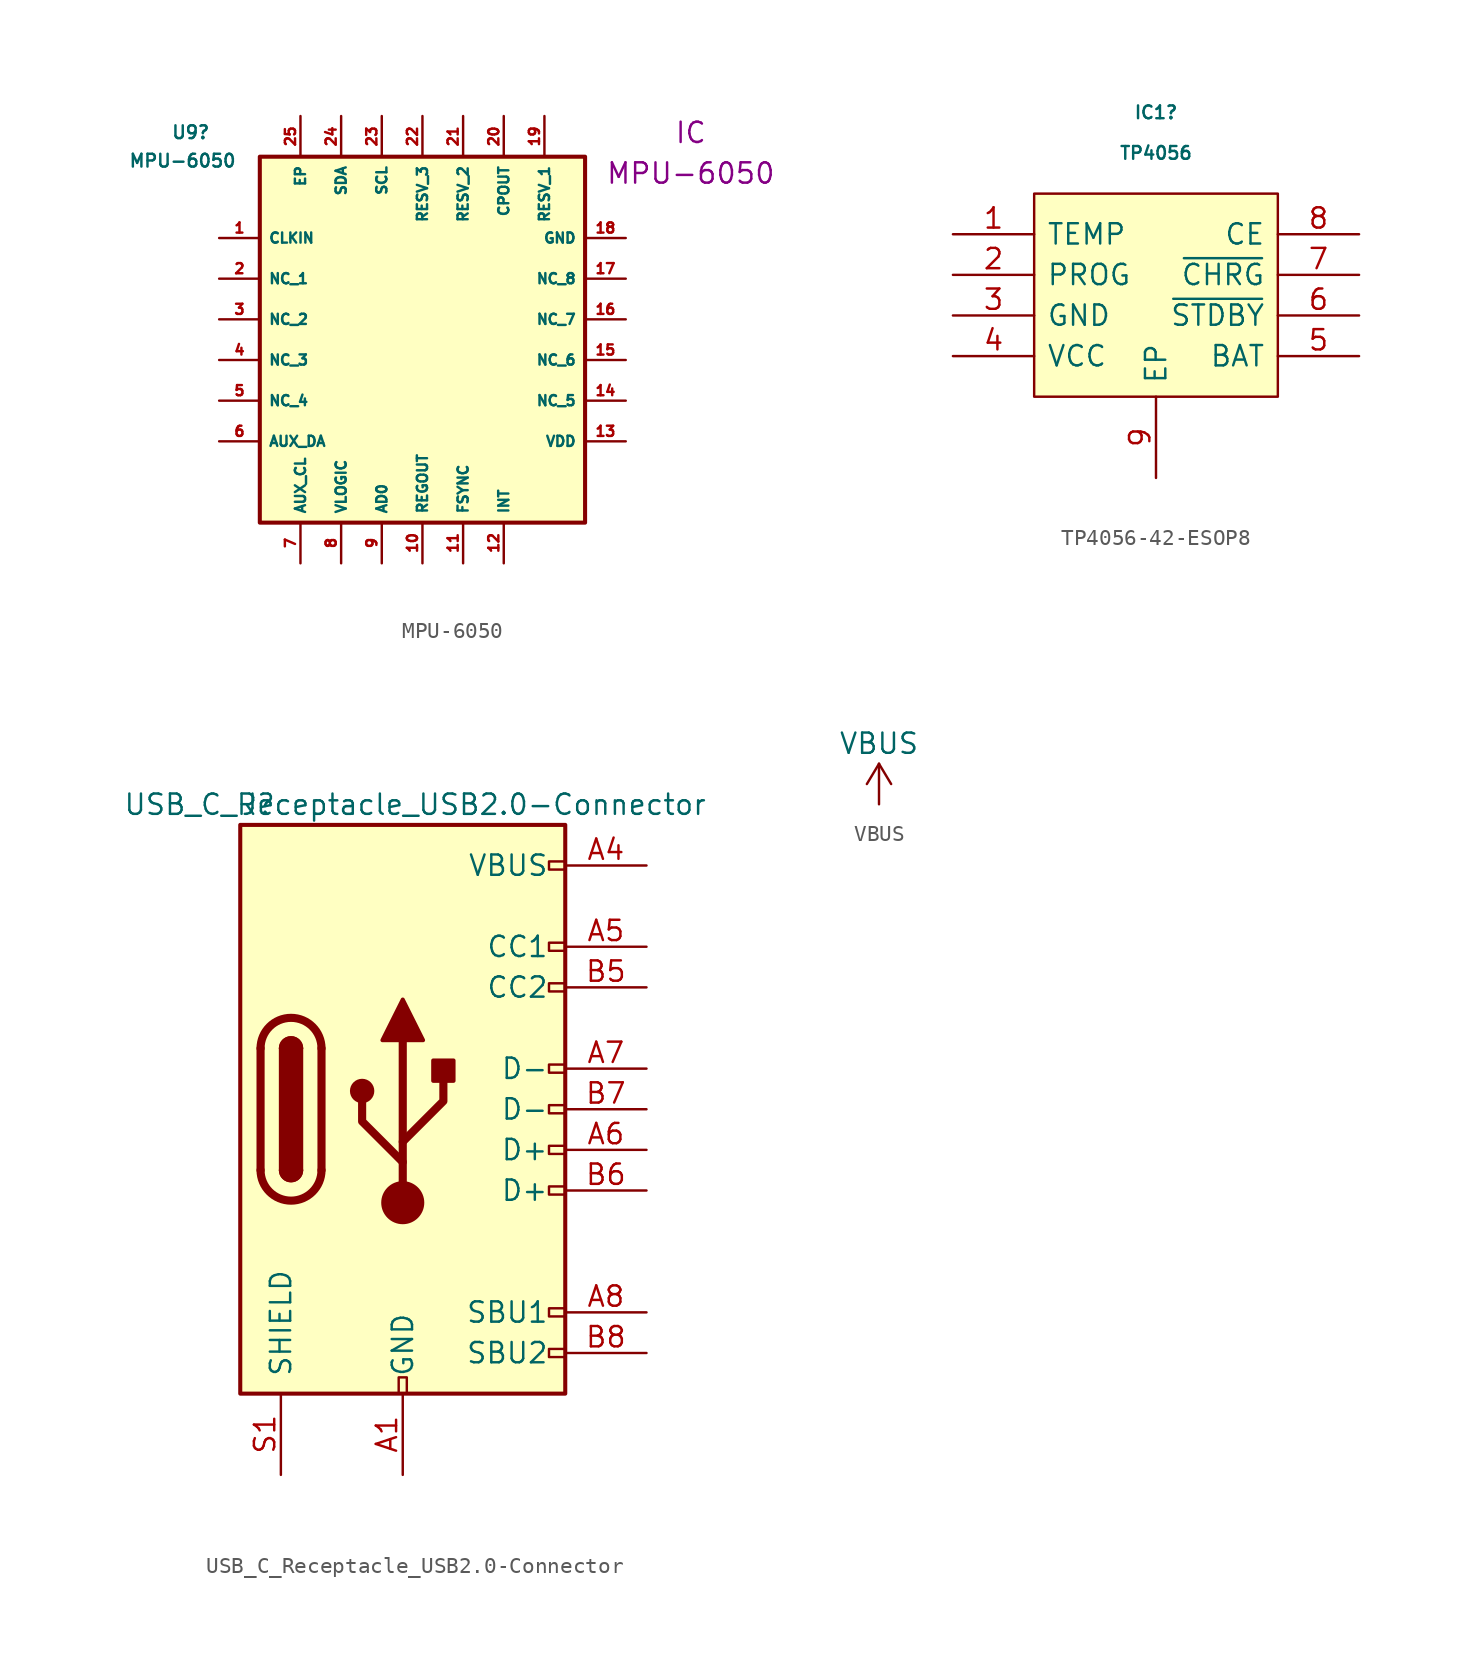
<source format=kicad_sym>
(kicad_symbol_lib
  (version 20241209)
  (generator "kicad_symbol_editor")
  (generator_version "9.0")
  (symbol "MPU-6050"
    (property "Reference" "U9"
      (at 0.762 6.604 0)
      (effects (font (size 0.8 0.8))))
    (property "Value" "MPU-6050"
      (at 0.254 4.826 0)
      (effects (font (size 0.8 0.8))))
    (property "Reference_1" "IC"
      (at 32.004 6.579 0)
      (effects (font (size 1.27 1.27))))
    (property "Value_1" "MPU-6050"
      (at 32.004 4.039 0)
      (effects (font (size 1.27 1.27))))
    (symbol "MPU-6050_1_1"
      (rectangle (start 5.08 5.08) (end 25.4 -17.78) (stroke (width 0.254) (type default)) (fill (type background)))
      (pin passive line (at 2.54 0 0) (length 2.54) (name "CLKIN" (effects (font (size 0.635 0.635)))) (number "1" (effects (font (size 0.635 0.635)))))
      (pin passive line (at 2.54 -2.54 0) (length 2.54) (name "NC_1" (effects (font (size 0.635 0.635)))) (number "2" (effects (font (size 0.635 0.635)))))
      (pin passive line (at 2.54 -5.08 0) (length 2.54) (name "NC_2" (effects (font (size 0.635 0.635)))) (number "3" (effects (font (size 0.635 0.635)))))
      (pin passive line (at 2.54 -7.62 0) (length 2.54) (name "NC_3" (effects (font (size 0.635 0.635)))) (number "4" (effects (font (size 0.635 0.635)))))
      (pin passive line (at 2.54 -10.16 0) (length 2.54) (name "NC_4" (effects (font (size 0.635 0.635)))) (number "5" (effects (font (size 0.635 0.635)))))
      (pin passive line (at 2.54 -12.7 0) (length 2.54) (name "AUX_DA" (effects (font (size 0.635 0.635)))) (number "6" (effects (font (size 0.635 0.635)))))
      (pin passive line (at 7.62 7.62 270) (length 2.54) (name "EP" (effects (font (size 0.635 0.635)))) (number "25" (effects (font (size 0.635 0.635)))))
      (pin passive line (at 7.62 -20.32 90) (length 2.54) (name "AUX_CL" (effects (font (size 0.635 0.635)))) (number "7" (effects (font (size 0.635 0.635)))))
      (pin passive line (at 10.16 7.62 270) (length 2.54) (name "SDA" (effects (font (size 0.635 0.635)))) (number "24" (effects (font (size 0.635 0.635)))))
      (pin passive line (at 10.16 -20.32 90) (length 2.54) (name "VLOGIC" (effects (font (size 0.635 0.635)))) (number "8" (effects (font (size 0.635 0.635)))))
      (pin passive line (at 12.7 7.62 270) (length 2.54) (name "SCL" (effects (font (size 0.635 0.635)))) (number "23" (effects (font (size 0.635 0.635)))))
      (pin passive line (at 12.7 -20.32 90) (length 2.54) (name "AD0" (effects (font (size 0.635 0.635)))) (number "9" (effects (font (size 0.635 0.635)))))
      (pin passive line (at 15.24 7.62 270) (length 2.54) (name "RESV_3" (effects (font (size 0.635 0.635)))) (number "22" (effects (font (size 0.635 0.635)))))
      (pin passive line (at 15.24 -20.32 90) (length 2.54) (name "REGOUT" (effects (font (size 0.635 0.635)))) (number "10" (effects (font (size 0.635 0.635)))))
      (pin passive line (at 17.78 7.62 270) (length 2.54) (name "RESV_2" (effects (font (size 0.635 0.635)))) (number "21" (effects (font (size 0.635 0.635)))))
      (pin passive line (at 17.78 -20.32 90) (length 2.54) (name "FSYNC" (effects (font (size 0.635 0.635)))) (number "11" (effects (font (size 0.635 0.635)))))
      (pin passive line (at 20.32 7.62 270) (length 2.54) (name "CPOUT" (effects (font (size 0.635 0.635)))) (number "20" (effects (font (size 0.635 0.635)))))
      (pin passive line (at 20.32 -20.32 90) (length 2.54) (name "INT" (effects (font (size 0.635 0.635)))) (number "12" (effects (font (size 0.635 0.635)))))
      (pin passive line (at 22.86 7.62 270) (length 2.54) (name "RESV_1" (effects (font (size 0.635 0.635)))) (number "19" (effects (font (size 0.635 0.635)))))
      (pin passive line (at 27.94 0 180) (length 2.54) (name "GND" (effects (font (size 0.635 0.635)))) (number "18" (effects (font (size 0.635 0.635)))))
      (pin passive line (at 27.94 -2.54 180) (length 2.54) (name "NC_8" (effects (font (size 0.635 0.635)))) (number "17" (effects (font (size 0.635 0.635)))))
      (pin passive line (at 27.94 -5.08 180) (length 2.54) (name "NC_7" (effects (font (size 0.635 0.635)))) (number "16" (effects (font (size 0.635 0.635)))))
      (pin passive line (at 27.94 -7.62 180) (length 2.54) (name "NC_6" (effects (font (size 0.635 0.635)))) (number "15" (effects (font (size 0.635 0.635)))))
      (pin passive line (at 27.94 -10.16 180) (length 2.54) (name "NC_5" (effects (font (size 0.635 0.635)))) (number "14" (effects (font (size 0.635 0.635)))))
      (pin passive line (at 27.94 -12.7 180) (length 2.54) (name "VDD" (effects (font (size 0.635 0.635)))) (number "13" (effects (font (size 0.635 0.635)))))))
  (symbol "TP4056-42-ESOP8"
    (pin_names
      (offset 0.762))
    (property "Reference" "IC1"
      (at 15.24 7.62 0)
      (effects (font (size 0.8 0.8))))
    (property "Value" "TP4056"
      (at 15.24 5.08 0)
      (effects (font (size 0.8 0.8))))
    (symbol "TP4056-42-ESOP8_0_0"
      (pin passive line (at 2.54 0 0) (length 5.08) (name "TEMP" (effects (font (size 1.27 1.27)))) (number "1" (effects (font (size 1.27 1.27)))))
      (pin passive line (at 2.54 -2.54 0) (length 5.08) (name "PROG" (effects (font (size 1.27 1.27)))) (number "2" (effects (font (size 1.27 1.27)))))
      (pin passive line (at 2.54 -5.08 0) (length 5.08) (name "GND" (effects (font (size 1.27 1.27)))) (number "3" (effects (font (size 1.27 1.27)))))
      (pin passive line (at 2.54 -7.62 0) (length 5.08) (name "VCC" (effects (font (size 1.27 1.27)))) (number "4" (effects (font (size 1.27 1.27)))))
      (pin passive line (at 15.24 -15.24 90) (length 5.08) (name "EP" (effects (font (size 1.27 1.27)))) (number "9" (effects (font (size 1.27 1.27)))))
      (pin passive line (at 27.94 0 180) (length 5.08) (name "CE" (effects (font (size 1.27 1.27)))) (number "8" (effects (font (size 1.27 1.27)))))
      (pin passive line (at 27.94 -2.54 180) (length 5.08) (name "~{CHRG}" (effects (font (size 1.27 1.27)))) (number "7" (effects (font (size 1.27 1.27)))))
      (pin passive line (at 27.94 -5.08 180) (length 5.08) (name "~{STDBY}" (effects (font (size 1.27 1.27)))) (number "6" (effects (font (size 1.27 1.27)))))
      (pin passive line (at 27.94 -7.62 180) (length 5.08) (name "BAT" (effects (font (size 1.27 1.27)))) (number "5" (effects (font (size 1.27 1.27))))))
    (symbol "TP4056-42-ESOP8_0_1"
      (polyline (pts (xy 7.62 2.54) (xy 22.86 2.54) (xy 22.86 -10.16) (xy 7.62 -10.16) (xy 7.62 2.54)) (stroke (width 0.152) (type default)) (fill (type background)))))
  (symbol "USB_C_Receptacle_USB2.0-Connector"
    (pin_names
      (offset 1.016))
    (property "Reference" "J"
      (at -10.16 19.05 0)
      (effects (font (size 1.27 1.27)) (justify left)))
    (property "Value" "USB_C_Receptacle_USB2.0-Connector"
      (at 19.05 19.05 0)
      (effects (font (size 1.27 1.27)) (justify right)))
    (symbol "USB_C_Receptacle_USB2.0-Connector_0_0"
      (rectangle (start -0.254 -17.78) (end 0.254 -16.764) (stroke (width 0) (type default)) (fill (type none)))
      (rectangle (start 10.16 15.494) (end 9.144 14.986) (stroke (width 0) (type default)) (fill (type none)))
      (rectangle (start 10.16 10.414) (end 9.144 9.906) (stroke (width 0) (type default)) (fill (type none)))
      (rectangle (start 10.16 7.874) (end 9.144 7.366) (stroke (width 0) (type default)) (fill (type none)))
      (rectangle (start 10.16 2.794) (end 9.144 2.286) (stroke (width 0) (type default)) (fill (type none)))
      (rectangle (start 10.16 0.254) (end 9.144 -0.254) (stroke (width 0) (type default)) (fill (type none)))
      (rectangle (start 10.16 -2.286) (end 9.144 -2.794) (stroke (width 0) (type default)) (fill (type none)))
      (rectangle (start 10.16 -4.826) (end 9.144 -5.334) (stroke (width 0) (type default)) (fill (type none)))
      (rectangle (start 10.16 -12.446) (end 9.144 -12.954) (stroke (width 0) (type default)) (fill (type none)))
      (rectangle (start 10.16 -14.986) (end 9.144 -15.494) (stroke (width 0) (type default)) (fill (type none))))
    (symbol "USB_C_Receptacle_USB2.0-Connector_0_1"
      (rectangle (start -10.16 17.78) (end 10.16 -17.78) (stroke (width 0.254) (type default)) (fill (type background)))
      (polyline (pts (xy -8.89 -3.81) (xy -8.89 3.81)) (stroke (width 0.508) (type default)) (fill (type none)))
      (rectangle (start -7.62 -3.81) (end -6.35 3.81) (stroke (width 0.254) (type default)) (fill (type outline)))
      (arc (start -7.62 3.81) (mid -6.985 4.4423) (end -6.35 3.81) (stroke (width 0.254) (type default)) (fill (type none)))
      (arc (start -7.62 3.81) (mid -6.985 4.4423) (end -6.35 3.81) (stroke (width 0.254) (type default)) (fill (type outline)))
      (arc (start -8.89 3.81) (mid -6.985 5.7067) (end -5.08 3.81) (stroke (width 0.508) (type default)) (fill (type none)))
      (arc (start -5.08 -3.81) (mid -6.985 -5.7067) (end -8.89 -3.81) (stroke (width 0.508) (type default)) (fill (type none)))
      (arc (start -6.35 -3.81) (mid -6.985 -4.4423) (end -7.62 -3.81) (stroke (width 0.254) (type default)) (fill (type none)))
      (arc (start -6.35 -3.81) (mid -6.985 -4.4423) (end -7.62 -3.81) (stroke (width 0.254) (type default)) (fill (type outline)))
      (polyline (pts (xy -5.08 3.81) (xy -5.08 -3.81)) (stroke (width 0.508) (type default)) (fill (type none)))
      (circle (center -2.54 1.143) (radius 0.635) (stroke (width 0.254) (type default)) (fill (type outline)))
      (polyline (pts (xy -1.27 4.318) (xy 0 6.858) (xy 1.27 4.318) (xy -1.27 4.318)) (stroke (width 0.254) (type default)) (fill (type outline)))
      (polyline (pts (xy 0 -2.032) (xy 2.54 0.508) (xy 2.54 1.778)) (stroke (width 0.508) (type default)) (fill (type none)))
      (polyline (pts (xy 0 -3.302) (xy -2.54 -0.762) (xy -2.54 0.508)) (stroke (width 0.508) (type default)) (fill (type none)))
      (polyline (pts (xy 0 -5.842) (xy 0 4.318)) (stroke (width 0.508) (type default)) (fill (type none)))
      (circle (center 0 -5.842) (radius 1.27) (stroke (width 0) (type default)) (fill (type outline)))
      (rectangle (start 1.905 1.778) (end 3.175 3.048) (stroke (width 0.254) (type default)) (fill (type outline))))
    (symbol "USB_C_Receptacle_USB2.0-Connector_1_1"
      (pin passive line (at -7.62 -22.86 90) (length 5.08) (name "SHIELD" (effects (font (size 1.27 1.27)))) (number "S1" (effects (font (size 1.27 1.27)))))
      (pin power_in line (at 0 -22.86 90) (length 5.08) (name "GND" (effects (font (size 1.27 1.27)))) (number "A1" (effects (font (size 1.27 1.27)))))
      (pin passive line (at 0 -22.86 90) (length 5.08) (hide yes) (name "GND" (effects (font (size 1.27 1.27)))) (number "A12" (effects (font (size 1.27 1.27)))))
      (pin passive line (at 0 -22.86 90) (length 5.08) (hide yes) (name "GND" (effects (font (size 1.27 1.27)))) (number "B1" (effects (font (size 1.27 1.27)))))
      (pin passive line (at 0 -22.86 90) (length 5.08) (hide yes) (name "GND" (effects (font (size 1.27 1.27)))) (number "B12" (effects (font (size 1.27 1.27)))))
      (pin power_in line (at 15.24 15.24 180) (length 5.08) (name "VBUS" (effects (font (size 1.27 1.27)))) (number "A4" (effects (font (size 1.27 1.27)))))
      (pin passive line (at 15.24 15.24 180) (length 5.08) (hide yes) (name "VBUS" (effects (font (size 1.27 1.27)))) (number "A9" (effects (font (size 1.27 1.27)))))
      (pin passive line (at 15.24 15.24 180) (length 5.08) (hide yes) (name "VBUS" (effects (font (size 1.27 1.27)))) (number "B4" (effects (font (size 1.27 1.27)))))
      (pin passive line (at 15.24 15.24 180) (length 5.08) (hide yes) (name "VBUS" (effects (font (size 1.27 1.27)))) (number "B9" (effects (font (size 1.27 1.27)))))
      (pin bidirectional line (at 15.24 10.16 180) (length 5.08) (name "CC1" (effects (font (size 1.27 1.27)))) (number "A5" (effects (font (size 1.27 1.27)))))
      (pin bidirectional line (at 15.24 7.62 180) (length 5.08) (name "CC2" (effects (font (size 1.27 1.27)))) (number "B5" (effects (font (size 1.27 1.27)))))
      (pin bidirectional line (at 15.24 2.54 180) (length 5.08) (name "D-" (effects (font (size 1.27 1.27)))) (number "A7" (effects (font (size 1.27 1.27)))))
      (pin bidirectional line (at 15.24 0 180) (length 5.08) (name "D-" (effects (font (size 1.27 1.27)))) (number "B7" (effects (font (size 1.27 1.27)))))
      (pin bidirectional line (at 15.24 -2.54 180) (length 5.08) (name "D+" (effects (font (size 1.27 1.27)))) (number "A6" (effects (font (size 1.27 1.27)))))
      (pin bidirectional line (at 15.24 -5.08 180) (length 5.08) (name "D+" (effects (font (size 1.27 1.27)))) (number "B6" (effects (font (size 1.27 1.27)))))
      (pin bidirectional line (at 15.24 -12.7 180) (length 5.08) (name "SBU1" (effects (font (size 1.27 1.27)))) (number "A8" (effects (font (size 1.27 1.27)))))
      (pin bidirectional line (at 15.24 -15.24 180) (length 5.08) (name "SBU2" (effects (font (size 1.27 1.27)))) (number "B8" (effects (font (size 1.27 1.27)))))))
  (symbol "VBUS"
    (power)
    (pin_names
      (offset 0))
    (property "Reference" "#PWR"
      (at 0 -3.81 0)
      (effects (font (size 1.27 1.27)) (hide yes)))
    (property "Value" "VBUS"
      (at 0 3.81 0)
      (effects (font (size 1.27 1.27))))
    (symbol "VBUS_0_1"
      (polyline (pts (xy -0.762 1.27) (xy 0 2.54)) (stroke (width 0) (type default)) (fill (type none)))
      (polyline (pts (xy 0 2.54) (xy 0.762 1.27)) (stroke (width 0) (type default)) (fill (type none)))
      (polyline (pts (xy 0 0) (xy 0 2.54)) (stroke (width 0) (type default)) (fill (type none))))
    (symbol "VBUS_1_1"
      (pin power_in line (at 0 0 90) (length 0) (hide yes) (name "VBUS" (effects (font (size 1.27 1.27)))) (number "1" (effects (font (size 1.27 1.27))))))))
</source>
